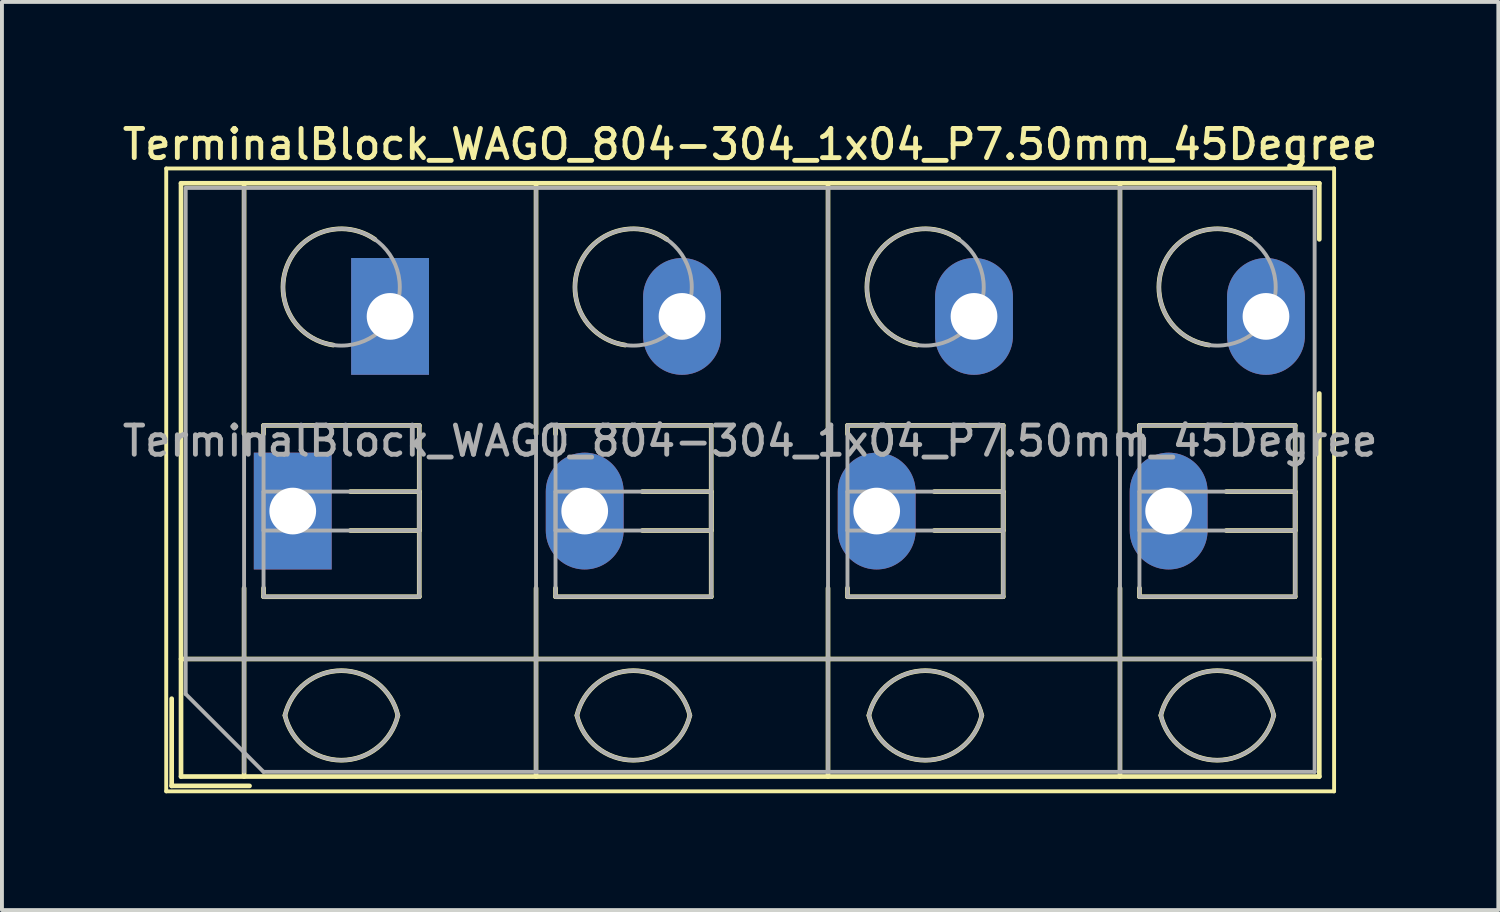
<source format=kicad_pcb>
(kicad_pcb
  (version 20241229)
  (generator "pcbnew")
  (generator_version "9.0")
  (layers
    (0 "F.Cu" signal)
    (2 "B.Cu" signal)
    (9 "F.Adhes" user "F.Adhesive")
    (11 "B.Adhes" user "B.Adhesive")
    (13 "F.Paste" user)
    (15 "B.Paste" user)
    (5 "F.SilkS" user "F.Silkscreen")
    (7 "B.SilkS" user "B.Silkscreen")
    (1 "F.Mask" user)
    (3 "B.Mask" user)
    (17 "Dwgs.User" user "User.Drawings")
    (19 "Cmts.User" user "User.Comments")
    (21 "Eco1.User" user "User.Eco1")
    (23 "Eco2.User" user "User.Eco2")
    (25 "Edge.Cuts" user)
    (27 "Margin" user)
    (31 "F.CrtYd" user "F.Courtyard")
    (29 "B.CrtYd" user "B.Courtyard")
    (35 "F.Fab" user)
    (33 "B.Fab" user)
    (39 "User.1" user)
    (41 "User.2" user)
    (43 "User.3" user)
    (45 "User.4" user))
  (footprint "TerminalBlock_WAGO_804-304_1x04_P7.50mm_45Degree"
    (layer "F.Cu")
    (at 4.47 10.078)
    (property "Reference" "TerminalBlock_WAGO_804-304_1x04_P7.50mm_45Degree" (at 11.75 -9.42 0) (layer "F.SilkS") (effects (font (size 0.75 0.75) (thickness 0.125))))
    (attr through_hole)
    (fp_line (start -3.25 -8.8) (end -3.25 7.2) (stroke (width 0.1) (type solid)) (layer "F.SilkS"))
    (fp_line (start -3.25 7.2) (end 26.75 7.2) (stroke (width 0.1) (type solid)) (layer "F.SilkS"))
    (fp_line (start -3.11 4.82) (end -3.11 7.06) (stroke (width 0.12) (type solid)) (layer "F.SilkS"))
    (fp_line (start -3.11 7.06) (end -1.11 7.06) (stroke (width 0.12) (type solid)) (layer "F.SilkS"))
    (fp_line (start -2.87 -8.42) (end -2.87 6.82) (stroke (width 0.12) (type solid)) (layer "F.SilkS"))
    (fp_line (start -2.87 -8.42) (end 26.37 -8.42) (stroke (width 0.12) (type solid)) (layer "F.SilkS"))
    (fp_line (start -2.87 3.8) (end 26.37 3.8) (stroke (width 0.12) (type solid)) (layer "F.SilkS"))
    (fp_line (start -2.87 6.82) (end 26.37 6.82) (stroke (width 0.12) (type solid)) (layer "F.SilkS"))
    (fp_line (start -1.25 -8.42) (end -1.25 -1.98) (stroke (width 0.12) (type solid)) (layer "F.SilkS"))
    (fp_line (start -1.25 1.98) (end -1.25 6.82) (stroke (width 0.12) (type solid)) (layer "F.SilkS"))
    (fp_line (start -0.75 -2.2) (end -0.75 -1.98) (stroke (width 0.12) (type solid)) (layer "F.SilkS"))
    (fp_line (start -0.75 -2.2) (end 3.25 -2.2) (stroke (width 0.12) (type solid)) (layer "F.SilkS"))
    (fp_line (start -0.75 1.98) (end -0.75 2.2) (stroke (width 0.12) (type solid)) (layer "F.SilkS"))
    (fp_line (start -0.75 2.2) (end 3.25 2.2) (stroke (width 0.12) (type solid)) (layer "F.SilkS"))
    (fp_line (start 1.48 -0.5) (end 3.25 -0.5) (stroke (width 0.12) (type solid)) (layer "F.SilkS"))
    (fp_line (start 1.48 0.5) (end 3.25 0.5) (stroke (width 0.12) (type solid)) (layer "F.SilkS"))
    (fp_line (start 3.25 -2.2) (end 3.25 2.2) (stroke (width 0.12) (type solid)) (layer "F.SilkS"))
    (fp_line (start 3.25 -0.5) (end 3.25 0.5) (stroke (width 0.12) (type solid)) (layer "F.SilkS"))
    (fp_line (start 6.25 -8.42) (end 6.25 -1.98) (stroke (width 0.12) (type solid)) (layer "F.SilkS"))
    (fp_line (start 6.25 1.98) (end 6.25 6.82) (stroke (width 0.12) (type solid)) (layer "F.SilkS"))
    (fp_line (start 6.75 -2.2) (end 6.75 -1.98) (stroke (width 0.12) (type solid)) (layer "F.SilkS"))
    (fp_line (start 6.75 -2.2) (end 10.75 -2.2) (stroke (width 0.12) (type solid)) (layer "F.SilkS"))
    (fp_line (start 6.75 1.98) (end 6.75 2.2) (stroke (width 0.12) (type solid)) (layer "F.SilkS"))
    (fp_line (start 6.75 2.2) (end 10.75 2.2) (stroke (width 0.12) (type solid)) (layer "F.SilkS"))
    (fp_line (start 8.98 -0.5) (end 10.75 -0.5) (stroke (width 0.12) (type solid)) (layer "F.SilkS"))
    (fp_line (start 8.98 0.5) (end 10.75 0.5) (stroke (width 0.12) (type solid)) (layer "F.SilkS"))
    (fp_line (start 10.75 -2.2) (end 10.75 2.2) (stroke (width 0.12) (type solid)) (layer "F.SilkS"))
    (fp_line (start 10.75 -0.5) (end 10.75 0.5) (stroke (width 0.12) (type solid)) (layer "F.SilkS"))
    (fp_line (start 13.75 -8.42) (end 13.75 -1.98) (stroke (width 0.12) (type solid)) (layer "F.SilkS"))
    (fp_line (start 13.75 1.98) (end 13.75 6.82) (stroke (width 0.12) (type solid)) (layer "F.SilkS"))
    (fp_line (start 14.25 -2.2) (end 14.25 -1.98) (stroke (width 0.12) (type solid)) (layer "F.SilkS"))
    (fp_line (start 14.25 -2.2) (end 18.25 -2.2) (stroke (width 0.12) (type solid)) (layer "F.SilkS"))
    (fp_line (start 14.25 1.98) (end 14.25 2.2) (stroke (width 0.12) (type solid)) (layer "F.SilkS"))
    (fp_line (start 14.25 2.2) (end 18.25 2.2) (stroke (width 0.12) (type solid)) (layer "F.SilkS"))
    (fp_line (start 16.48 -0.5) (end 18.25 -0.5) (stroke (width 0.12) (type solid)) (layer "F.SilkS"))
    (fp_line (start 16.48 0.5) (end 18.25 0.5) (stroke (width 0.12) (type solid)) (layer "F.SilkS"))
    (fp_line (start 18.25 -2.2) (end 18.25 2.2) (stroke (width 0.12) (type solid)) (layer "F.SilkS"))
    (fp_line (start 18.25 -0.5) (end 18.25 0.5) (stroke (width 0.12) (type solid)) (layer "F.SilkS"))
    (fp_line (start 21.25 -8.42) (end 21.25 -1.98) (stroke (width 0.12) (type solid)) (layer "F.SilkS"))
    (fp_line (start 21.25 1.98) (end 21.25 6.82) (stroke (width 0.12) (type solid)) (layer "F.SilkS"))
    (fp_line (start 21.75 -2.2) (end 21.75 -1.98) (stroke (width 0.12) (type solid)) (layer "F.SilkS"))
    (fp_line (start 21.75 -2.2) (end 25.75 -2.2) (stroke (width 0.12) (type solid)) (layer "F.SilkS"))
    (fp_line (start 21.75 1.98) (end 21.75 2.2) (stroke (width 0.12) (type solid)) (layer "F.SilkS"))
    (fp_line (start 21.75 2.2) (end 25.75 2.2) (stroke (width 0.12) (type solid)) (layer "F.SilkS"))
    (fp_line (start 23.98 -0.5) (end 25.75 -0.5) (stroke (width 0.12) (type solid)) (layer "F.SilkS"))
    (fp_line (start 23.98 0.5) (end 25.75 0.5) (stroke (width 0.12) (type solid)) (layer "F.SilkS"))
    (fp_line (start 25.75 -2.2) (end 25.75 2.2) (stroke (width 0.12) (type solid)) (layer "F.SilkS"))
    (fp_line (start 25.75 -0.5) (end 25.75 0.5) (stroke (width 0.12) (type solid)) (layer "F.SilkS"))
    (fp_line (start 26.37 -8.42) (end 26.37 -6.98) (stroke (width 0.12) (type solid)) (layer "F.SilkS"))
    (fp_line (start 26.37 -3.02) (end 26.37 6.82) (stroke (width 0.12) (type solid)) (layer "F.SilkS"))
    (fp_line (start 26.75 -8.8) (end -3.25 -8.8) (stroke (width 0.1) (type solid)) (layer "F.SilkS"))
    (fp_line (start 26.75 7.2) (end 26.75 -8.8) (stroke (width 0.1) (type solid)) (layer "F.SilkS"))
    (fp_arc (start -0.200865 5.250424) (mid 1.250296 4.099926) (end 2.701 5.251) (stroke (width 0.12) (type solid)) (layer "F.SilkS"))
    (fp_arc (start 1.040798 -4.264067) (mid -0.146039 -6.300306) (end 2.111 -6.979) (stroke (width 0.12) (type solid)) (layer "F.SilkS"))
    (fp_arc (start 2.7 5.25) (mid 1.250068 6.400101) (end -0.199969 5.250133) (stroke (width 0.12) (type solid)) (layer "F.SilkS"))
    (fp_arc (start 7.299135 5.250424) (mid 8.750296 4.099926) (end 10.201 5.251) (stroke (width 0.12) (type solid)) (layer "F.SilkS"))
    (fp_arc (start 8.540798 -4.264067) (mid 7.353961 -6.300306) (end 9.611 -6.979) (stroke (width 0.12) (type solid)) (layer "F.SilkS"))
    (fp_arc (start 10.2 5.25) (mid 8.750068 6.400101) (end 7.300031 5.250133) (stroke (width 0.12) (type solid)) (layer "F.SilkS"))
    (fp_arc (start 14.799135 5.250424) (mid 16.250296 4.099926) (end 17.701 5.251) (stroke (width 0.12) (type solid)) (layer "F.SilkS"))
    (fp_arc (start 16.040798 -4.264067) (mid 14.853961 -6.300306) (end 17.111 -6.979) (stroke (width 0.12) (type solid)) (layer "F.SilkS"))
    (fp_arc (start 17.7 5.25) (mid 16.250068 6.400101) (end 14.800031 5.250133) (stroke (width 0.12) (type solid)) (layer "F.SilkS"))
    (fp_arc (start 22.299135 5.250424) (mid 23.750296 4.099926) (end 25.201 5.251) (stroke (width 0.12) (type solid)) (layer "F.SilkS"))
    (fp_arc (start 23.540798 -4.264067) (mid 22.353961 -6.300306) (end 24.611 -6.979) (stroke (width 0.12) (type solid)) (layer "F.SilkS"))
    (fp_arc (start 25.2 5.25) (mid 23.750068 6.400101) (end 22.300031 5.250133) (stroke (width 0.12) (type solid)) (layer "F.SilkS"))
    (fp_line (start -2.75 -8.3) (end 26.25 -8.3) (stroke (width 0.1) (type solid)) (layer "F.Fab"))
    (fp_line (start -2.75 3.8) (end 26.25 3.8) (stroke (width 0.1) (type solid)) (layer "F.Fab"))
    (fp_line (start -2.75 4.7) (end -2.75 -8.3) (stroke (width 0.1) (type solid)) (layer "F.Fab"))
    (fp_line (start -1.25 -8.3) (end -1.25 6.7) (stroke (width 0.1) (type solid)) (layer "F.Fab"))
    (fp_line (start -0.75 -2.2) (end -0.75 2.2) (stroke (width 0.1) (type solid)) (layer "F.Fab"))
    (fp_line (start -0.75 -0.5) (end -0.75 0.5) (stroke (width 0.1) (type solid)) (layer "F.Fab"))
    (fp_line (start -0.75 0.5) (end 3.25 0.5) (stroke (width 0.1) (type solid)) (layer "F.Fab"))
    (fp_line (start -0.75 2.2) (end 3.25 2.2) (stroke (width 0.1) (type solid)) (layer "F.Fab"))
    (fp_line (start -0.75 6.7) (end -2.75 4.7) (stroke (width 0.1) (type solid)) (layer "F.Fab"))
    (fp_line (start 3.25 -2.2) (end -0.75 -2.2) (stroke (width 0.1) (type solid)) (layer "F.Fab"))
    (fp_line (start 3.25 -0.5) (end -0.75 -0.5) (stroke (width 0.1) (type solid)) (layer "F.Fab"))
    (fp_line (start 3.25 0.5) (end 3.25 -0.5) (stroke (width 0.1) (type solid)) (layer "F.Fab"))
    (fp_line (start 3.25 2.2) (end 3.25 -2.2) (stroke (width 0.1) (type solid)) (layer "F.Fab"))
    (fp_line (start 6.25 -8.3) (end 6.25 6.7) (stroke (width 0.1) (type solid)) (layer "F.Fab"))
    (fp_line (start 6.75 -2.2) (end 6.75 2.2) (stroke (width 0.1) (type solid)) (layer "F.Fab"))
    (fp_line (start 6.75 -0.5) (end 6.75 0.5) (stroke (width 0.1) (type solid)) (layer "F.Fab"))
    (fp_line (start 6.75 0.5) (end 10.75 0.5) (stroke (width 0.1) (type solid)) (layer "F.Fab"))
    (fp_line (start 6.75 2.2) (end 10.75 2.2) (stroke (width 0.1) (type solid)) (layer "F.Fab"))
    (fp_line (start 10.75 -2.2) (end 6.75 -2.2) (stroke (width 0.1) (type solid)) (layer "F.Fab"))
    (fp_line (start 10.75 -0.5) (end 6.75 -0.5) (stroke (width 0.1) (type solid)) (layer "F.Fab"))
    (fp_line (start 10.75 0.5) (end 10.75 -0.5) (stroke (width 0.1) (type solid)) (layer "F.Fab"))
    (fp_line (start 10.75 2.2) (end 10.75 -2.2) (stroke (width 0.1) (type solid)) (layer "F.Fab"))
    (fp_line (start 13.75 -8.3) (end 13.75 6.7) (stroke (width 0.1) (type solid)) (layer "F.Fab"))
    (fp_line (start 14.25 -2.2) (end 14.25 2.2) (stroke (width 0.1) (type solid)) (layer "F.Fab"))
    (fp_line (start 14.25 -0.5) (end 14.25 0.5) (stroke (width 0.1) (type solid)) (layer "F.Fab"))
    (fp_line (start 14.25 0.5) (end 18.25 0.5) (stroke (width 0.1) (type solid)) (layer "F.Fab"))
    (fp_line (start 14.25 2.2) (end 18.25 2.2) (stroke (width 0.1) (type solid)) (layer "F.Fab"))
    (fp_line (start 18.25 -2.2) (end 14.25 -2.2) (stroke (width 0.1) (type solid)) (layer "F.Fab"))
    (fp_line (start 18.25 -0.5) (end 14.25 -0.5) (stroke (width 0.1) (type solid)) (layer "F.Fab"))
    (fp_line (start 18.25 0.5) (end 18.25 -0.5) (stroke (width 0.1) (type solid)) (layer "F.Fab"))
    (fp_line (start 18.25 2.2) (end 18.25 -2.2) (stroke (width 0.1) (type solid)) (layer "F.Fab"))
    (fp_line (start 21.25 -8.3) (end 21.25 6.7) (stroke (width 0.1) (type solid)) (layer "F.Fab"))
    (fp_line (start 21.75 -2.2) (end 21.75 2.2) (stroke (width 0.1) (type solid)) (layer "F.Fab"))
    (fp_line (start 21.75 -0.5) (end 21.75 0.5) (stroke (width 0.1) (type solid)) (layer "F.Fab"))
    (fp_line (start 21.75 0.5) (end 25.75 0.5) (stroke (width 0.1) (type solid)) (layer "F.Fab"))
    (fp_line (start 21.75 2.2) (end 25.75 2.2) (stroke (width 0.1) (type solid)) (layer "F.Fab"))
    (fp_line (start 25.75 -2.2) (end 21.75 -2.2) (stroke (width 0.1) (type solid)) (layer "F.Fab"))
    (fp_line (start 25.75 -0.5) (end 21.75 -0.5) (stroke (width 0.1) (type solid)) (layer "F.Fab"))
    (fp_line (start 25.75 0.5) (end 25.75 -0.5) (stroke (width 0.1) (type solid)) (layer "F.Fab"))
    (fp_line (start 25.75 2.2) (end 25.75 -2.2) (stroke (width 0.1) (type solid)) (layer "F.Fab"))
    (fp_line (start 26.25 -8.3) (end 26.25 6.7) (stroke (width 0.1) (type solid)) (layer "F.Fab"))
    (fp_line (start 26.25 6.7) (end -0.75 6.7) (stroke (width 0.1) (type solid)) (layer "F.Fab"))
    (fp_arc (start -0.200865 5.250424) (mid 1.250296 4.099926) (end 2.701 5.251) (stroke (width 0.1) (type solid)) (layer "F.Fab"))
    (fp_arc (start 2.7 5.25) (mid 1.250068 6.400101) (end -0.199969 5.250133) (stroke (width 0.1) (type solid)) (layer "F.Fab"))
    (fp_arc (start 7.299135 5.250424) (mid 8.750296 4.099926) (end 10.201 5.251) (stroke (width 0.1) (type solid)) (layer "F.Fab"))
    (fp_arc (start 10.2 5.25) (mid 8.750068 6.400101) (end 7.300031 5.250133) (stroke (width 0.1) (type solid)) (layer "F.Fab"))
    (fp_arc (start 14.799135 5.250424) (mid 16.250296 4.099926) (end 17.701 5.251) (stroke (width 0.1) (type solid)) (layer "F.Fab"))
    (fp_arc (start 17.7 5.25) (mid 16.250068 6.400101) (end 14.800031 5.250133) (stroke (width 0.1) (type solid)) (layer "F.Fab"))
    (fp_arc (start 22.299135 5.250424) (mid 23.750296 4.099926) (end 25.201 5.251) (stroke (width 0.1) (type solid)) (layer "F.Fab"))
    (fp_arc (start 25.2 5.25) (mid 23.750068 6.400101) (end 22.300031 5.250133) (stroke (width 0.1) (type solid)) (layer "F.Fab"))
    (fp_circle (center 1.25 -5.75) (end 2.75 -5.75) (stroke (width 0.1) (type solid)) (fill no) (layer "F.Fab"))
    (fp_circle (center 8.75 -5.75) (end 10.25 -5.75) (stroke (width 0.1) (type solid)) (fill no) (layer "F.Fab"))
    (fp_circle (center 16.25 -5.75) (end 17.75 -5.75) (stroke (width 0.1) (type solid)) (fill no) (layer "F.Fab"))
    (fp_circle (center 23.75 -5.75) (end 25.25 -5.75) (stroke (width 0.1) (type solid)) (fill no) (layer "F.Fab"))
    (fp_text user "${REFERENCE}" (at 11.75 -1.8 0) (layer "F.Fab") (effects (font (size 0.75 0.75) (thickness 0.125))))
    (pad "1" thru_hole rect (at 0 0) (size 2 3) (drill 1.2) (layers "*.Cu" "*.Mask"))
    (pad "1" thru_hole rect (at 2.5 -5) (size 2 3) (drill 1.2) (layers "*.Cu" "*.Mask"))
    (pad "2" thru_hole oval (at 7.5 0) (size 2 3) (drill 1.2) (layers "*.Cu" "*.Mask"))
    (pad "2" thru_hole oval (at 10 -5) (size 2 3) (drill 1.2) (layers "*.Cu" "*.Mask"))
    (pad "3" thru_hole oval (at 15 0) (size 2 3) (drill 1.2) (layers "*.Cu" "*.Mask"))
    (pad "3" thru_hole oval (at 17.5 -5) (size 2 3) (drill 1.2) (layers "*.Cu" "*.Mask"))
    (pad "4" thru_hole oval (at 22.5 0) (size 2 3) (drill 1.2) (layers "*.Cu" "*.Mask"))
    (pad "4" thru_hole oval (at 25 -5) (size 2 3) (drill 1.2) (layers "*.Cu" "*.Mask")))
  (gr_rect
    (start -3 -3)
    (end 35.439 20.328)
    (stroke (width 0.1) (type default))
    (fill no)
    (layer "Edge.Cuts")))
</source>
